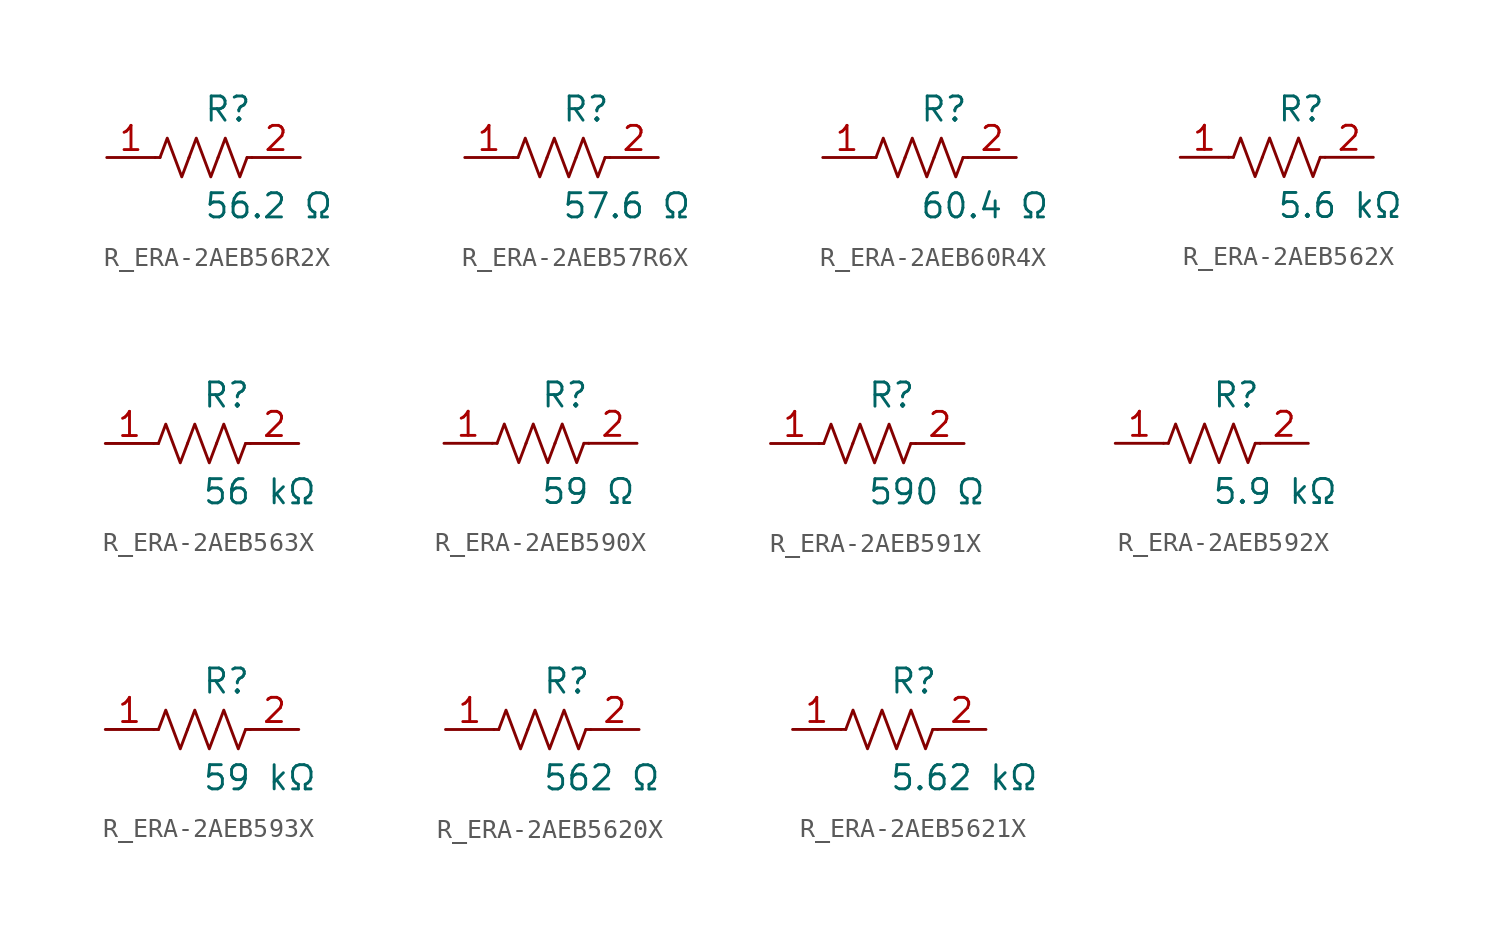
<source format=kicad_sym>
(kicad_symbol_lib
  (version 20231120)
  (generator kicad_symbol_editor)
  (generator_version 8.0)
  (symbol "R_ERA-2AEB56R2X"
    (pin_names
      (offset 0.254))
    (property "Reference" "R"
      (at 0.0 2.54 0)
      (effects (font (size 1.27 1.27)) (justify left)))
    (property "Value" "56.2 Ω"
      (at 0.0 -2.54 0)
      (effects (font (size 1.27 1.27)) (justify left)))
    (symbol "R_ERA-2AEB56R2X_0_1"
      (polyline (pts (xy 2.286 0) (xy 2.54 0)) (stroke (width 0) (type default)) (fill (type none)))
      (polyline (pts (xy -2.286 0) (xy -2.54 0)) (stroke (width 0) (type default)) (fill (type none)))
      (polyline (pts (xy 0.762 0) (xy 1.143 1.016) (xy 1.524 0) (xy 1.905 -1.016) (xy 2.286 0)) (stroke (width 0) (type default)) (fill (type none)))
      (polyline (pts (xy -0.762 0) (xy -0.381 1.016) (xy 0 0) (xy 0.381 -1.016) (xy 0.762 0)) (stroke (width 0) (type default)) (fill (type none)))
      (polyline (pts (xy -2.286 0) (xy -1.905 1.016) (xy -1.524 0) (xy -1.143 -1.016) (xy -0.762 0)) (stroke (width 0) (type default)) (fill (type none))))
    (pin unspecified line
      (at -5.08 0 0)
      (length 2.54)
      (name "" (effects (font (size 1.27 1.27))))
      (number "1" (effects (font (size 1.27 1.27)))))
    (pin unspecified line
      (at 5.08 0 180)
      (length 2.54)
      (name "" (effects (font (size 1.27 1.27))))
      (number "2" (effects (font (size 1.27 1.27))))))
  (symbol "R_ERA-2AEB57R6X"
    (pin_names
      (offset 0.254))
    (property "Reference" "R"
      (at 0.0 2.54 0)
      (effects (font (size 1.27 1.27)) (justify left)))
    (property "Value" "57.6 Ω"
      (at 0.0 -2.54 0)
      (effects (font (size 1.27 1.27)) (justify left)))
    (symbol "R_ERA-2AEB57R6X_0_1"
      (polyline (pts (xy 2.286 0) (xy 2.54 0)) (stroke (width 0) (type default)) (fill (type none)))
      (polyline (pts (xy -2.286 0) (xy -2.54 0)) (stroke (width 0) (type default)) (fill (type none)))
      (polyline (pts (xy 0.762 0) (xy 1.143 1.016) (xy 1.524 0) (xy 1.905 -1.016) (xy 2.286 0)) (stroke (width 0) (type default)) (fill (type none)))
      (polyline (pts (xy -0.762 0) (xy -0.381 1.016) (xy 0 0) (xy 0.381 -1.016) (xy 0.762 0)) (stroke (width 0) (type default)) (fill (type none)))
      (polyline (pts (xy -2.286 0) (xy -1.905 1.016) (xy -1.524 0) (xy -1.143 -1.016) (xy -0.762 0)) (stroke (width 0) (type default)) (fill (type none))))
    (pin unspecified line
      (at -5.08 0 0)
      (length 2.54)
      (name "" (effects (font (size 1.27 1.27))))
      (number "1" (effects (font (size 1.27 1.27)))))
    (pin unspecified line
      (at 5.08 0 180)
      (length 2.54)
      (name "" (effects (font (size 1.27 1.27))))
      (number "2" (effects (font (size 1.27 1.27))))))
  (symbol "R_ERA-2AEB60R4X"
    (pin_names
      (offset 0.254))
    (property "Reference" "R"
      (at 0.0 2.54 0)
      (effects (font (size 1.27 1.27)) (justify left)))
    (property "Value" "60.4 Ω"
      (at 0.0 -2.54 0)
      (effects (font (size 1.27 1.27)) (justify left)))
    (symbol "R_ERA-2AEB60R4X_0_1"
      (polyline (pts (xy 2.286 0) (xy 2.54 0)) (stroke (width 0) (type default)) (fill (type none)))
      (polyline (pts (xy -2.286 0) (xy -2.54 0)) (stroke (width 0) (type default)) (fill (type none)))
      (polyline (pts (xy 0.762 0) (xy 1.143 1.016) (xy 1.524 0) (xy 1.905 -1.016) (xy 2.286 0)) (stroke (width 0) (type default)) (fill (type none)))
      (polyline (pts (xy -0.762 0) (xy -0.381 1.016) (xy 0 0) (xy 0.381 -1.016) (xy 0.762 0)) (stroke (width 0) (type default)) (fill (type none)))
      (polyline (pts (xy -2.286 0) (xy -1.905 1.016) (xy -1.524 0) (xy -1.143 -1.016) (xy -0.762 0)) (stroke (width 0) (type default)) (fill (type none))))
    (pin unspecified line
      (at -5.08 0 0)
      (length 2.54)
      (name "" (effects (font (size 1.27 1.27))))
      (number "1" (effects (font (size 1.27 1.27)))))
    (pin unspecified line
      (at 5.08 0 180)
      (length 2.54)
      (name "" (effects (font (size 1.27 1.27))))
      (number "2" (effects (font (size 1.27 1.27))))))
  (symbol "R_ERA-2AEB562X"
    (pin_names
      (offset 0.254))
    (property "Reference" "R"
      (at 0.0 2.54 0)
      (effects (font (size 1.27 1.27)) (justify left)))
    (property "Value" "5.6 kΩ"
      (at 0.0 -2.54 0)
      (effects (font (size 1.27 1.27)) (justify left)))
    (symbol "R_ERA-2AEB562X_0_1"
      (polyline (pts (xy 2.286 0) (xy 2.54 0)) (stroke (width 0) (type default)) (fill (type none)))
      (polyline (pts (xy -2.286 0) (xy -2.54 0)) (stroke (width 0) (type default)) (fill (type none)))
      (polyline (pts (xy 0.762 0) (xy 1.143 1.016) (xy 1.524 0) (xy 1.905 -1.016) (xy 2.286 0)) (stroke (width 0) (type default)) (fill (type none)))
      (polyline (pts (xy -0.762 0) (xy -0.381 1.016) (xy 0 0) (xy 0.381 -1.016) (xy 0.762 0)) (stroke (width 0) (type default)) (fill (type none)))
      (polyline (pts (xy -2.286 0) (xy -1.905 1.016) (xy -1.524 0) (xy -1.143 -1.016) (xy -0.762 0)) (stroke (width 0) (type default)) (fill (type none))))
    (pin unspecified line
      (at -5.08 0 0)
      (length 2.54)
      (name "" (effects (font (size 1.27 1.27))))
      (number "1" (effects (font (size 1.27 1.27)))))
    (pin unspecified line
      (at 5.08 0 180)
      (length 2.54)
      (name "" (effects (font (size 1.27 1.27))))
      (number "2" (effects (font (size 1.27 1.27))))))
  (symbol "R_ERA-2AEB563X"
    (pin_names
      (offset 0.254))
    (property "Reference" "R"
      (at 0.0 2.54 0)
      (effects (font (size 1.27 1.27)) (justify left)))
    (property "Value" "56 kΩ"
      (at 0.0 -2.54 0)
      (effects (font (size 1.27 1.27)) (justify left)))
    (symbol "R_ERA-2AEB563X_0_1"
      (polyline (pts (xy 2.286 0) (xy 2.54 0)) (stroke (width 0) (type default)) (fill (type none)))
      (polyline (pts (xy -2.286 0) (xy -2.54 0)) (stroke (width 0) (type default)) (fill (type none)))
      (polyline (pts (xy 0.762 0) (xy 1.143 1.016) (xy 1.524 0) (xy 1.905 -1.016) (xy 2.286 0)) (stroke (width 0) (type default)) (fill (type none)))
      (polyline (pts (xy -0.762 0) (xy -0.381 1.016) (xy 0 0) (xy 0.381 -1.016) (xy 0.762 0)) (stroke (width 0) (type default)) (fill (type none)))
      (polyline (pts (xy -2.286 0) (xy -1.905 1.016) (xy -1.524 0) (xy -1.143 -1.016) (xy -0.762 0)) (stroke (width 0) (type default)) (fill (type none))))
    (pin unspecified line
      (at -5.08 0 0)
      (length 2.54)
      (name "" (effects (font (size 1.27 1.27))))
      (number "1" (effects (font (size 1.27 1.27)))))
    (pin unspecified line
      (at 5.08 0 180)
      (length 2.54)
      (name "" (effects (font (size 1.27 1.27))))
      (number "2" (effects (font (size 1.27 1.27))))))
  (symbol "R_ERA-2AEB590X"
    (pin_names
      (offset 0.254))
    (property "Reference" "R"
      (at 0.0 2.54 0)
      (effects (font (size 1.27 1.27)) (justify left)))
    (property "Value" "59 Ω"
      (at 0.0 -2.54 0)
      (effects (font (size 1.27 1.27)) (justify left)))
    (symbol "R_ERA-2AEB590X_0_1"
      (polyline (pts (xy 2.286 0) (xy 2.54 0)) (stroke (width 0) (type default)) (fill (type none)))
      (polyline (pts (xy -2.286 0) (xy -2.54 0)) (stroke (width 0) (type default)) (fill (type none)))
      (polyline (pts (xy 0.762 0) (xy 1.143 1.016) (xy 1.524 0) (xy 1.905 -1.016) (xy 2.286 0)) (stroke (width 0) (type default)) (fill (type none)))
      (polyline (pts (xy -0.762 0) (xy -0.381 1.016) (xy 0 0) (xy 0.381 -1.016) (xy 0.762 0)) (stroke (width 0) (type default)) (fill (type none)))
      (polyline (pts (xy -2.286 0) (xy -1.905 1.016) (xy -1.524 0) (xy -1.143 -1.016) (xy -0.762 0)) (stroke (width 0) (type default)) (fill (type none))))
    (pin unspecified line
      (at -5.08 0 0)
      (length 2.54)
      (name "" (effects (font (size 1.27 1.27))))
      (number "1" (effects (font (size 1.27 1.27)))))
    (pin unspecified line
      (at 5.08 0 180)
      (length 2.54)
      (name "" (effects (font (size 1.27 1.27))))
      (number "2" (effects (font (size 1.27 1.27))))))
  (symbol "R_ERA-2AEB591X"
    (pin_names
      (offset 0.254))
    (property "Reference" "R"
      (at 0.0 2.54 0)
      (effects (font (size 1.27 1.27)) (justify left)))
    (property "Value" "590 Ω"
      (at 0.0 -2.54 0)
      (effects (font (size 1.27 1.27)) (justify left)))
    (symbol "R_ERA-2AEB591X_0_1"
      (polyline (pts (xy 2.286 0) (xy 2.54 0)) (stroke (width 0) (type default)) (fill (type none)))
      (polyline (pts (xy -2.286 0) (xy -2.54 0)) (stroke (width 0) (type default)) (fill (type none)))
      (polyline (pts (xy 0.762 0) (xy 1.143 1.016) (xy 1.524 0) (xy 1.905 -1.016) (xy 2.286 0)) (stroke (width 0) (type default)) (fill (type none)))
      (polyline (pts (xy -0.762 0) (xy -0.381 1.016) (xy 0 0) (xy 0.381 -1.016) (xy 0.762 0)) (stroke (width 0) (type default)) (fill (type none)))
      (polyline (pts (xy -2.286 0) (xy -1.905 1.016) (xy -1.524 0) (xy -1.143 -1.016) (xy -0.762 0)) (stroke (width 0) (type default)) (fill (type none))))
    (pin unspecified line
      (at -5.08 0 0)
      (length 2.54)
      (name "" (effects (font (size 1.27 1.27))))
      (number "1" (effects (font (size 1.27 1.27)))))
    (pin unspecified line
      (at 5.08 0 180)
      (length 2.54)
      (name "" (effects (font (size 1.27 1.27))))
      (number "2" (effects (font (size 1.27 1.27))))))
  (symbol "R_ERA-2AEB592X"
    (pin_names
      (offset 0.254))
    (property "Reference" "R"
      (at 0.0 2.54 0)
      (effects (font (size 1.27 1.27)) (justify left)))
    (property "Value" "5.9 kΩ"
      (at 0.0 -2.54 0)
      (effects (font (size 1.27 1.27)) (justify left)))
    (symbol "R_ERA-2AEB592X_0_1"
      (polyline (pts (xy 2.286 0) (xy 2.54 0)) (stroke (width 0) (type default)) (fill (type none)))
      (polyline (pts (xy -2.286 0) (xy -2.54 0)) (stroke (width 0) (type default)) (fill (type none)))
      (polyline (pts (xy 0.762 0) (xy 1.143 1.016) (xy 1.524 0) (xy 1.905 -1.016) (xy 2.286 0)) (stroke (width 0) (type default)) (fill (type none)))
      (polyline (pts (xy -0.762 0) (xy -0.381 1.016) (xy 0 0) (xy 0.381 -1.016) (xy 0.762 0)) (stroke (width 0) (type default)) (fill (type none)))
      (polyline (pts (xy -2.286 0) (xy -1.905 1.016) (xy -1.524 0) (xy -1.143 -1.016) (xy -0.762 0)) (stroke (width 0) (type default)) (fill (type none))))
    (pin unspecified line
      (at -5.08 0 0)
      (length 2.54)
      (name "" (effects (font (size 1.27 1.27))))
      (number "1" (effects (font (size 1.27 1.27)))))
    (pin unspecified line
      (at 5.08 0 180)
      (length 2.54)
      (name "" (effects (font (size 1.27 1.27))))
      (number "2" (effects (font (size 1.27 1.27))))))
  (symbol "R_ERA-2AEB593X"
    (pin_names
      (offset 0.254))
    (property "Reference" "R"
      (at 0.0 2.54 0)
      (effects (font (size 1.27 1.27)) (justify left)))
    (property "Value" "59 kΩ"
      (at 0.0 -2.54 0)
      (effects (font (size 1.27 1.27)) (justify left)))
    (symbol "R_ERA-2AEB593X_0_1"
      (polyline (pts (xy 2.286 0) (xy 2.54 0)) (stroke (width 0) (type default)) (fill (type none)))
      (polyline (pts (xy -2.286 0) (xy -2.54 0)) (stroke (width 0) (type default)) (fill (type none)))
      (polyline (pts (xy 0.762 0) (xy 1.143 1.016) (xy 1.524 0) (xy 1.905 -1.016) (xy 2.286 0)) (stroke (width 0) (type default)) (fill (type none)))
      (polyline (pts (xy -0.762 0) (xy -0.381 1.016) (xy 0 0) (xy 0.381 -1.016) (xy 0.762 0)) (stroke (width 0) (type default)) (fill (type none)))
      (polyline (pts (xy -2.286 0) (xy -1.905 1.016) (xy -1.524 0) (xy -1.143 -1.016) (xy -0.762 0)) (stroke (width 0) (type default)) (fill (type none))))
    (pin unspecified line
      (at -5.08 0 0)
      (length 2.54)
      (name "" (effects (font (size 1.27 1.27))))
      (number "1" (effects (font (size 1.27 1.27)))))
    (pin unspecified line
      (at 5.08 0 180)
      (length 2.54)
      (name "" (effects (font (size 1.27 1.27))))
      (number "2" (effects (font (size 1.27 1.27))))))
  (symbol "R_ERA-2AEB5620X"
    (pin_names
      (offset 0.254))
    (property "Reference" "R"
      (at 0.0 2.54 0)
      (effects (font (size 1.27 1.27)) (justify left)))
    (property "Value" "562 Ω"
      (at 0.0 -2.54 0)
      (effects (font (size 1.27 1.27)) (justify left)))
    (symbol "R_ERA-2AEB5620X_0_1"
      (polyline (pts (xy 2.286 0) (xy 2.54 0)) (stroke (width 0) (type default)) (fill (type none)))
      (polyline (pts (xy -2.286 0) (xy -2.54 0)) (stroke (width 0) (type default)) (fill (type none)))
      (polyline (pts (xy 0.762 0) (xy 1.143 1.016) (xy 1.524 0) (xy 1.905 -1.016) (xy 2.286 0)) (stroke (width 0) (type default)) (fill (type none)))
      (polyline (pts (xy -0.762 0) (xy -0.381 1.016) (xy 0 0) (xy 0.381 -1.016) (xy 0.762 0)) (stroke (width 0) (type default)) (fill (type none)))
      (polyline (pts (xy -2.286 0) (xy -1.905 1.016) (xy -1.524 0) (xy -1.143 -1.016) (xy -0.762 0)) (stroke (width 0) (type default)) (fill (type none))))
    (pin unspecified line
      (at -5.08 0 0)
      (length 2.54)
      (name "" (effects (font (size 1.27 1.27))))
      (number "1" (effects (font (size 1.27 1.27)))))
    (pin unspecified line
      (at 5.08 0 180)
      (length 2.54)
      (name "" (effects (font (size 1.27 1.27))))
      (number "2" (effects (font (size 1.27 1.27))))))
  (symbol "R_ERA-2AEB5621X"
    (pin_names
      (offset 0.254))
    (property "Reference" "R"
      (at 0.0 2.54 0)
      (effects (font (size 1.27 1.27)) (justify left)))
    (property "Value" "5.62 kΩ"
      (at 0.0 -2.54 0)
      (effects (font (size 1.27 1.27)) (justify left)))
    (symbol "R_ERA-2AEB5621X_0_1"
      (polyline (pts (xy 2.286 0) (xy 2.54 0)) (stroke (width 0) (type default)) (fill (type none)))
      (polyline (pts (xy -2.286 0) (xy -2.54 0)) (stroke (width 0) (type default)) (fill (type none)))
      (polyline (pts (xy 0.762 0) (xy 1.143 1.016) (xy 1.524 0) (xy 1.905 -1.016) (xy 2.286 0)) (stroke (width 0) (type default)) (fill (type none)))
      (polyline (pts (xy -0.762 0) (xy -0.381 1.016) (xy 0 0) (xy 0.381 -1.016) (xy 0.762 0)) (stroke (width 0) (type default)) (fill (type none)))
      (polyline (pts (xy -2.286 0) (xy -1.905 1.016) (xy -1.524 0) (xy -1.143 -1.016) (xy -0.762 0)) (stroke (width 0) (type default)) (fill (type none))))
    (pin unspecified line
      (at -5.08 0 0)
      (length 2.54)
      (name "" (effects (font (size 1.27 1.27))))
      (number "1" (effects (font (size 1.27 1.27)))))
    (pin unspecified line
      (at 5.08 0 180)
      (length 2.54)
      (name "" (effects (font (size 1.27 1.27))))
      (number "2" (effects (font (size 1.27 1.27)))))))
</source>
